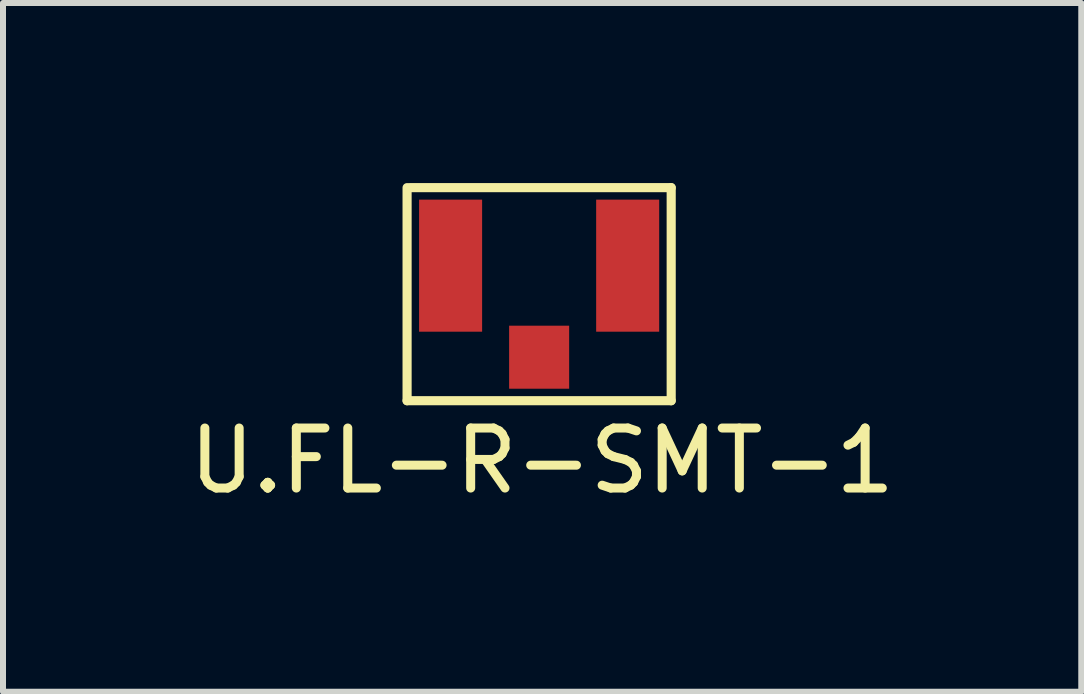
<source format=kicad_pcb>
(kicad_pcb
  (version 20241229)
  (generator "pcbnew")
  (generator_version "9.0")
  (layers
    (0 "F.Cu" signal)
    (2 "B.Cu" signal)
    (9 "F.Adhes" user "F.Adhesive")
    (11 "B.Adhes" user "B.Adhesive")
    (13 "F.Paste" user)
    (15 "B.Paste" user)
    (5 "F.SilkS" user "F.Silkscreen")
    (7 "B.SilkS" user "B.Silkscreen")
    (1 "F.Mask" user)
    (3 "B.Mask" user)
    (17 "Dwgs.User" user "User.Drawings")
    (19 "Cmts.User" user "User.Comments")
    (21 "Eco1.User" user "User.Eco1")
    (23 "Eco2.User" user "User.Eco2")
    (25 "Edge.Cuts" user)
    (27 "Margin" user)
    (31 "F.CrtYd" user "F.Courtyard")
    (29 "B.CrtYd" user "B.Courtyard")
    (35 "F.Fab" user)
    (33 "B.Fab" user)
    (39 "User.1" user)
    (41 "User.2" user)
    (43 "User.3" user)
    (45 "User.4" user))
  (footprint "U.FL-R-SMT-1"
    (layer "F.Cu")
    (at 5.932 1.376)
    (property "Reference" "U.FL-R-SMT-1" (at 0.05 3.25 0) (layer "F.SilkS") (effects (font (size 1 1) (thickness 0.15))))
    (attr through_hole)
    (fp_line (start -2.2 2.25) (end -2.2 -1.3) (stroke (width 0.152) (type solid)) (layer "F.SilkS"))
    (fp_line (start -2.15 -1.3) (end 2.2 -1.3) (stroke (width 0.152) (type solid)) (layer "F.SilkS"))
    (fp_line (start 2.2 -1.3) (end 2.2 2.25) (stroke (width 0.152) (type solid)) (layer "F.SilkS"))
    (fp_line (start 2.2 2.25) (end -2.2 2.25) (stroke (width 0.152) (type solid)) (layer "F.SilkS"))
    (pad "1" smd rect (at 0 1.525) (size 1 1.05) (layers "F.Cu" "F.Mask" "F.Paste"))
    (pad "2" smd rect (at -1.475 0) (size 1.05 2.2) (layers "F.Cu" "F.Mask" "F.Paste"))
    (pad "2" smd rect (at 1.475 0) (size 1.05 2.2) (layers "F.Cu" "F.Mask" "F.Paste")))
  (gr_rect
    (start -3 -3)
    (end 14.964 8.474)
    (stroke (width 0.1) (type default))
    (fill no)
    (layer "Edge.Cuts")))
</source>
